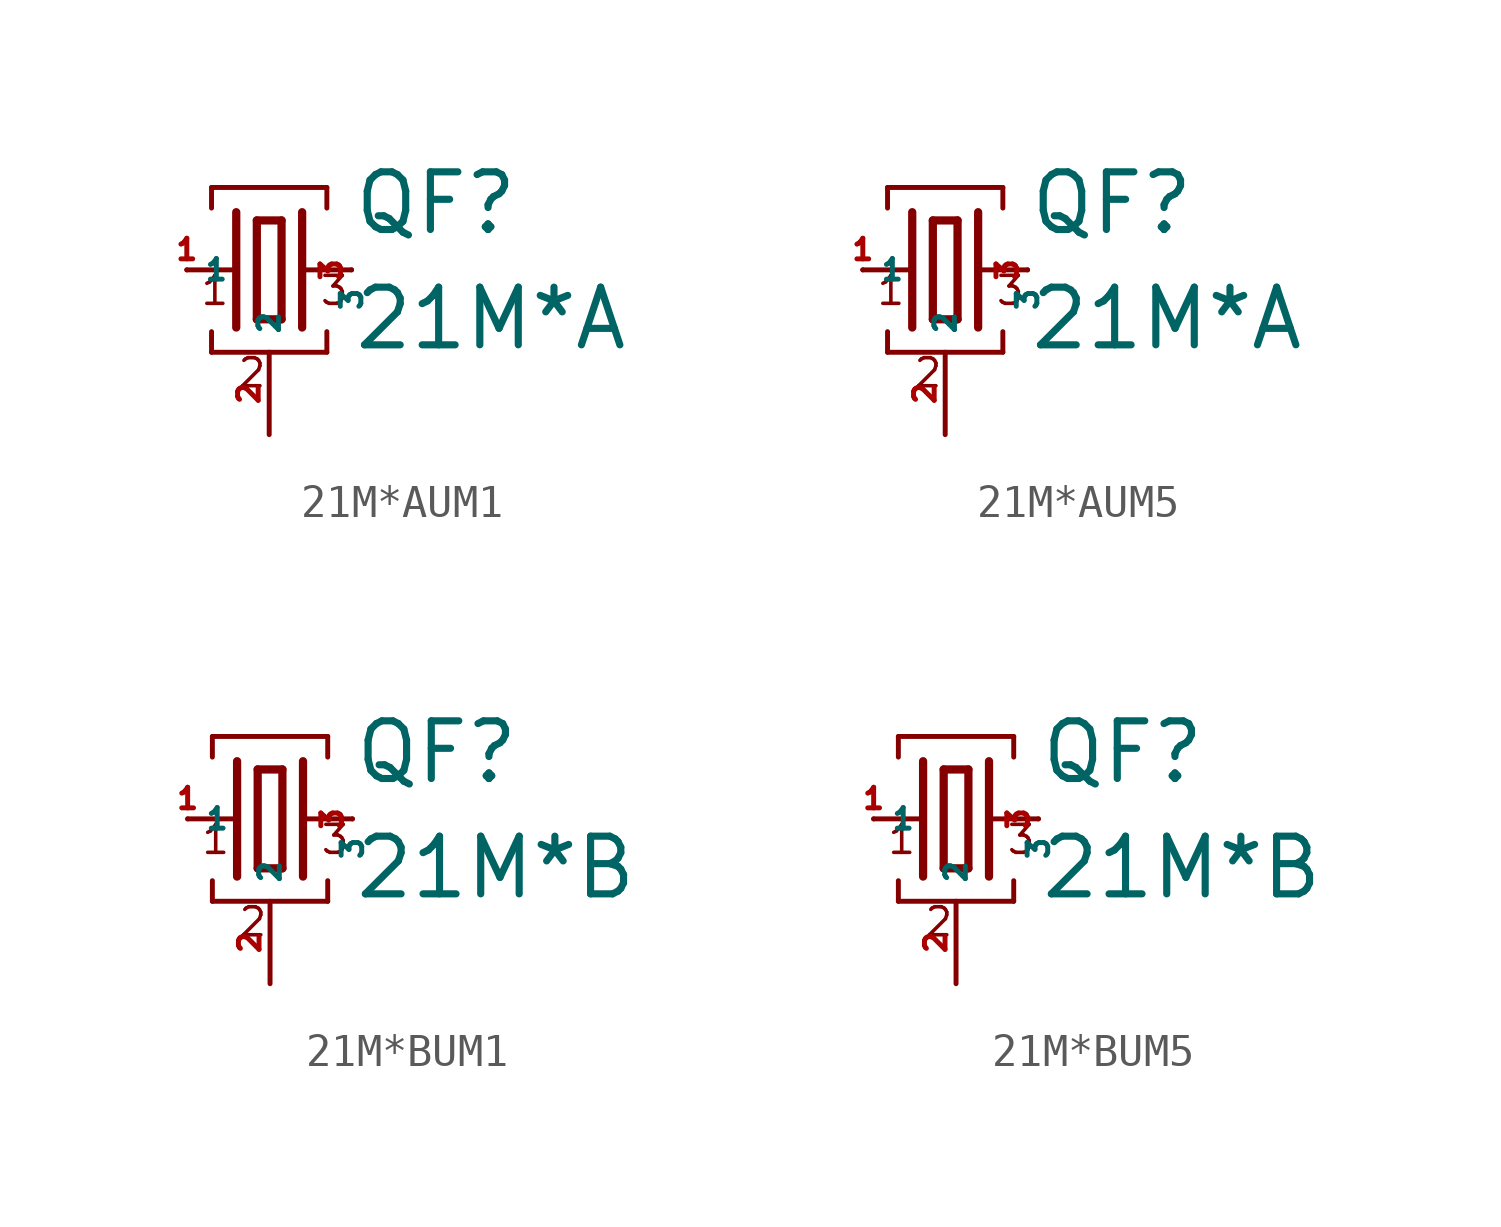
<source format=kicad_sym>
(kicad_symbol_lib
  (version 20220914)
  (generator Eagle2Kicad)
  (symbol "21M*AUM1"
    (property "Reference" "QF"
      (at 2.54 1.016 0)
      (effects (font (size 1.778 1.778) (thickness 0.22)) (justify left bottom)))
    (property "Value" "21M*A"
      (at 2.54 -2.54 0)
      (effects (font (size 1.778 1.778) (thickness 0.22)) (justify left bottom)))
    (polyline
      (pts (xy 1.016 0) (xy 2.54 0))
      (stroke (width 0.152) (type default))
      (fill (type none)))
    (polyline
      (pts (xy -2.54 0) (xy -1.016 0))
      (stroke (width 0.152) (type default))
      (fill (type none)))
    (polyline
      (pts (xy -0.381 1.524) (xy -0.381 -1.524))
      (stroke (width 0.254) (type default))
      (fill (type none)))
    (polyline
      (pts (xy -0.381 -1.524) (xy 0.381 -1.524))
      (stroke (width 0.254) (type default))
      (fill (type none)))
    (polyline
      (pts (xy 0.381 -1.524) (xy 0.381 1.524))
      (stroke (width 0.254) (type default))
      (fill (type none)))
    (polyline
      (pts (xy 0.381 1.524) (xy -0.381 1.524))
      (stroke (width 0.254) (type default))
      (fill (type none)))
    (polyline
      (pts (xy 1.016 1.778) (xy 1.016 -1.778))
      (stroke (width 0.254) (type default))
      (fill (type none)))
    (polyline
      (pts (xy -1.016 1.778) (xy -1.016 -1.778))
      (stroke (width 0.254) (type default))
      (fill (type none)))
    (polyline
      (pts (xy -1.778 1.905) (xy -1.778 2.54))
      (stroke (width 0.152) (type default))
      (fill (type none)))
    (polyline
      (pts (xy -1.778 2.54) (xy 1.778 2.54))
      (stroke (width 0.152) (type default))
      (fill (type none)))
    (polyline
      (pts (xy 1.778 2.54) (xy 1.778 1.905))
      (stroke (width 0.152) (type default))
      (fill (type none)))
    (polyline
      (pts (xy 1.778 -1.905) (xy 1.778 -2.54))
      (stroke (width 0.152) (type default))
      (fill (type none)))
    (polyline
      (pts (xy -1.778 -2.54) (xy 1.778 -2.54))
      (stroke (width 0.152) (type default))
      (fill (type none)))
    (polyline
      (pts (xy -1.778 -2.54) (xy -1.778 -1.905))
      (stroke (width 0.152) (type default))
      (fill (type none)))
    (text "1"
      (at -2.159 -1.143 0)
      (effects (font (size 0.864 0.864) (thickness 0.11)) (justify left bottom)))
    (text "2"
      (at -1.016 -3.683 0)
      (effects (font (size 0.864 0.864) (thickness 0.11)) (justify left bottom)))
    (text "3"
      (at 1.524 -1.143 0)
      (effects (font (size 0.864 0.864) (thickness 0.11)) (justify left bottom)))
    (pin passive line
      (at 2.54 0 270)
      (length 0)
      (name "3" (effects (font (size 0.635 0.635) (thickness 0.08)) (justify left bottom)))
      (number "3" (effects (font (size 0.635 0.635) (thickness 0.08)) (justify left bottom))))
    (pin passive line
      (at -2.54 0 0)
      (length 0)
      (name "1" (effects (font (size 0.635 0.635) (thickness 0.08)) (justify left bottom)))
      (number "1" (effects (font (size 0.635 0.635) (thickness 0.08)) (justify left bottom))))
    (pin passive line
      (at 0 -5.08 90)
      (length 2.54)
      (name "2" (effects (font (size 0.635 0.635) (thickness 0.08)) (justify left bottom)))
      (number "2" (effects (font (size 0.635 0.635) (thickness 0.08)) (justify left bottom)))))
  (symbol "21M*AUM5"
    (property "Reference" "QF"
      (at 2.54 1.016 0)
      (effects (font (size 1.778 1.778) (thickness 0.22)) (justify left bottom)))
    (property "Value" "21M*A"
      (at 2.54 -2.54 0)
      (effects (font (size 1.778 1.778) (thickness 0.22)) (justify left bottom)))
    (polyline
      (pts (xy 1.016 0) (xy 2.54 0))
      (stroke (width 0.152) (type default))
      (fill (type none)))
    (polyline
      (pts (xy -2.54 0) (xy -1.016 0))
      (stroke (width 0.152) (type default))
      (fill (type none)))
    (polyline
      (pts (xy -0.381 1.524) (xy -0.381 -1.524))
      (stroke (width 0.254) (type default))
      (fill (type none)))
    (polyline
      (pts (xy -0.381 -1.524) (xy 0.381 -1.524))
      (stroke (width 0.254) (type default))
      (fill (type none)))
    (polyline
      (pts (xy 0.381 -1.524) (xy 0.381 1.524))
      (stroke (width 0.254) (type default))
      (fill (type none)))
    (polyline
      (pts (xy 0.381 1.524) (xy -0.381 1.524))
      (stroke (width 0.254) (type default))
      (fill (type none)))
    (polyline
      (pts (xy 1.016 1.778) (xy 1.016 -1.778))
      (stroke (width 0.254) (type default))
      (fill (type none)))
    (polyline
      (pts (xy -1.016 1.778) (xy -1.016 -1.778))
      (stroke (width 0.254) (type default))
      (fill (type none)))
    (polyline
      (pts (xy -1.778 1.905) (xy -1.778 2.54))
      (stroke (width 0.152) (type default))
      (fill (type none)))
    (polyline
      (pts (xy -1.778 2.54) (xy 1.778 2.54))
      (stroke (width 0.152) (type default))
      (fill (type none)))
    (polyline
      (pts (xy 1.778 2.54) (xy 1.778 1.905))
      (stroke (width 0.152) (type default))
      (fill (type none)))
    (polyline
      (pts (xy 1.778 -1.905) (xy 1.778 -2.54))
      (stroke (width 0.152) (type default))
      (fill (type none)))
    (polyline
      (pts (xy -1.778 -2.54) (xy 1.778 -2.54))
      (stroke (width 0.152) (type default))
      (fill (type none)))
    (polyline
      (pts (xy -1.778 -2.54) (xy -1.778 -1.905))
      (stroke (width 0.152) (type default))
      (fill (type none)))
    (text "1"
      (at -2.159 -1.143 0)
      (effects (font (size 0.864 0.864) (thickness 0.11)) (justify left bottom)))
    (text "2"
      (at -1.016 -3.683 0)
      (effects (font (size 0.864 0.864) (thickness 0.11)) (justify left bottom)))
    (text "3"
      (at 1.524 -1.143 0)
      (effects (font (size 0.864 0.864) (thickness 0.11)) (justify left bottom)))
    (pin passive line
      (at 2.54 0 270)
      (length 0)
      (name "3" (effects (font (size 0.635 0.635) (thickness 0.08)) (justify left bottom)))
      (number "3" (effects (font (size 0.635 0.635) (thickness 0.08)) (justify left bottom))))
    (pin passive line
      (at -2.54 0 0)
      (length 0)
      (name "1" (effects (font (size 0.635 0.635) (thickness 0.08)) (justify left bottom)))
      (number "1" (effects (font (size 0.635 0.635) (thickness 0.08)) (justify left bottom))))
    (pin passive line
      (at 0 -5.08 90)
      (length 2.54)
      (name "2" (effects (font (size 0.635 0.635) (thickness 0.08)) (justify left bottom)))
      (number "2" (effects (font (size 0.635 0.635) (thickness 0.08)) (justify left bottom)))))
  (symbol "21M*BUM1"
    (property "Reference" "QF"
      (at 2.54 1.016 0)
      (effects (font (size 1.778 1.778) (thickness 0.22)) (justify left bottom)))
    (property "Value" "21M*B"
      (at 2.54 -2.54 0)
      (effects (font (size 1.778 1.778) (thickness 0.22)) (justify left bottom)))
    (polyline
      (pts (xy 1.016 0) (xy 2.54 0))
      (stroke (width 0.152) (type default))
      (fill (type none)))
    (polyline
      (pts (xy -2.54 0) (xy -1.016 0))
      (stroke (width 0.152) (type default))
      (fill (type none)))
    (polyline
      (pts (xy -0.381 1.524) (xy -0.381 -1.524))
      (stroke (width 0.254) (type default))
      (fill (type none)))
    (polyline
      (pts (xy -0.381 -1.524) (xy 0.381 -1.524))
      (stroke (width 0.254) (type default))
      (fill (type none)))
    (polyline
      (pts (xy 0.381 -1.524) (xy 0.381 1.524))
      (stroke (width 0.254) (type default))
      (fill (type none)))
    (polyline
      (pts (xy 0.381 1.524) (xy -0.381 1.524))
      (stroke (width 0.254) (type default))
      (fill (type none)))
    (polyline
      (pts (xy 1.016 1.778) (xy 1.016 -1.778))
      (stroke (width 0.254) (type default))
      (fill (type none)))
    (polyline
      (pts (xy -1.016 1.778) (xy -1.016 -1.778))
      (stroke (width 0.254) (type default))
      (fill (type none)))
    (polyline
      (pts (xy -1.778 1.905) (xy -1.778 2.54))
      (stroke (width 0.152) (type default))
      (fill (type none)))
    (polyline
      (pts (xy -1.778 2.54) (xy 1.778 2.54))
      (stroke (width 0.152) (type default))
      (fill (type none)))
    (polyline
      (pts (xy 1.778 2.54) (xy 1.778 1.905))
      (stroke (width 0.152) (type default))
      (fill (type none)))
    (polyline
      (pts (xy 1.778 -1.905) (xy 1.778 -2.54))
      (stroke (width 0.152) (type default))
      (fill (type none)))
    (polyline
      (pts (xy -1.778 -2.54) (xy 1.778 -2.54))
      (stroke (width 0.152) (type default))
      (fill (type none)))
    (polyline
      (pts (xy -1.778 -2.54) (xy -1.778 -1.905))
      (stroke (width 0.152) (type default))
      (fill (type none)))
    (text "1"
      (at -2.159 -1.143 0)
      (effects (font (size 0.864 0.864) (thickness 0.11)) (justify left bottom)))
    (text "2"
      (at -1.016 -3.683 0)
      (effects (font (size 0.864 0.864) (thickness 0.11)) (justify left bottom)))
    (text "3"
      (at 1.524 -1.143 0)
      (effects (font (size 0.864 0.864) (thickness 0.11)) (justify left bottom)))
    (pin passive line
      (at 2.54 0 270)
      (length 0)
      (name "3" (effects (font (size 0.635 0.635) (thickness 0.08)) (justify left bottom)))
      (number "3" (effects (font (size 0.635 0.635) (thickness 0.08)) (justify left bottom))))
    (pin passive line
      (at -2.54 0 0)
      (length 0)
      (name "1" (effects (font (size 0.635 0.635) (thickness 0.08)) (justify left bottom)))
      (number "1" (effects (font (size 0.635 0.635) (thickness 0.08)) (justify left bottom))))
    (pin passive line
      (at 0 -5.08 90)
      (length 2.54)
      (name "2" (effects (font (size 0.635 0.635) (thickness 0.08)) (justify left bottom)))
      (number "2" (effects (font (size 0.635 0.635) (thickness 0.08)) (justify left bottom)))))
  (symbol "21M*BUM5"
    (property "Reference" "QF"
      (at 2.54 1.016 0)
      (effects (font (size 1.778 1.778) (thickness 0.22)) (justify left bottom)))
    (property "Value" "21M*B"
      (at 2.54 -2.54 0)
      (effects (font (size 1.778 1.778) (thickness 0.22)) (justify left bottom)))
    (polyline
      (pts (xy 1.016 0) (xy 2.54 0))
      (stroke (width 0.152) (type default))
      (fill (type none)))
    (polyline
      (pts (xy -2.54 0) (xy -1.016 0))
      (stroke (width 0.152) (type default))
      (fill (type none)))
    (polyline
      (pts (xy -0.381 1.524) (xy -0.381 -1.524))
      (stroke (width 0.254) (type default))
      (fill (type none)))
    (polyline
      (pts (xy -0.381 -1.524) (xy 0.381 -1.524))
      (stroke (width 0.254) (type default))
      (fill (type none)))
    (polyline
      (pts (xy 0.381 -1.524) (xy 0.381 1.524))
      (stroke (width 0.254) (type default))
      (fill (type none)))
    (polyline
      (pts (xy 0.381 1.524) (xy -0.381 1.524))
      (stroke (width 0.254) (type default))
      (fill (type none)))
    (polyline
      (pts (xy 1.016 1.778) (xy 1.016 -1.778))
      (stroke (width 0.254) (type default))
      (fill (type none)))
    (polyline
      (pts (xy -1.016 1.778) (xy -1.016 -1.778))
      (stroke (width 0.254) (type default))
      (fill (type none)))
    (polyline
      (pts (xy -1.778 1.905) (xy -1.778 2.54))
      (stroke (width 0.152) (type default))
      (fill (type none)))
    (polyline
      (pts (xy -1.778 2.54) (xy 1.778 2.54))
      (stroke (width 0.152) (type default))
      (fill (type none)))
    (polyline
      (pts (xy 1.778 2.54) (xy 1.778 1.905))
      (stroke (width 0.152) (type default))
      (fill (type none)))
    (polyline
      (pts (xy 1.778 -1.905) (xy 1.778 -2.54))
      (stroke (width 0.152) (type default))
      (fill (type none)))
    (polyline
      (pts (xy -1.778 -2.54) (xy 1.778 -2.54))
      (stroke (width 0.152) (type default))
      (fill (type none)))
    (polyline
      (pts (xy -1.778 -2.54) (xy -1.778 -1.905))
      (stroke (width 0.152) (type default))
      (fill (type none)))
    (text "1"
      (at -2.159 -1.143 0)
      (effects (font (size 0.864 0.864) (thickness 0.11)) (justify left bottom)))
    (text "2"
      (at -1.016 -3.683 0)
      (effects (font (size 0.864 0.864) (thickness 0.11)) (justify left bottom)))
    (text "3"
      (at 1.524 -1.143 0)
      (effects (font (size 0.864 0.864) (thickness 0.11)) (justify left bottom)))
    (pin passive line
      (at 2.54 0 270)
      (length 0)
      (name "3" (effects (font (size 0.635 0.635) (thickness 0.08)) (justify left bottom)))
      (number "3" (effects (font (size 0.635 0.635) (thickness 0.08)) (justify left bottom))))
    (pin passive line
      (at -2.54 0 0)
      (length 0)
      (name "1" (effects (font (size 0.635 0.635) (thickness 0.08)) (justify left bottom)))
      (number "1" (effects (font (size 0.635 0.635) (thickness 0.08)) (justify left bottom))))
    (pin passive line
      (at 0 -5.08 90)
      (length 2.54)
      (name "2" (effects (font (size 0.635 0.635) (thickness 0.08)) (justify left bottom)))
      (number "2" (effects (font (size 0.635 0.635) (thickness 0.08)) (justify left bottom))))))
</source>
